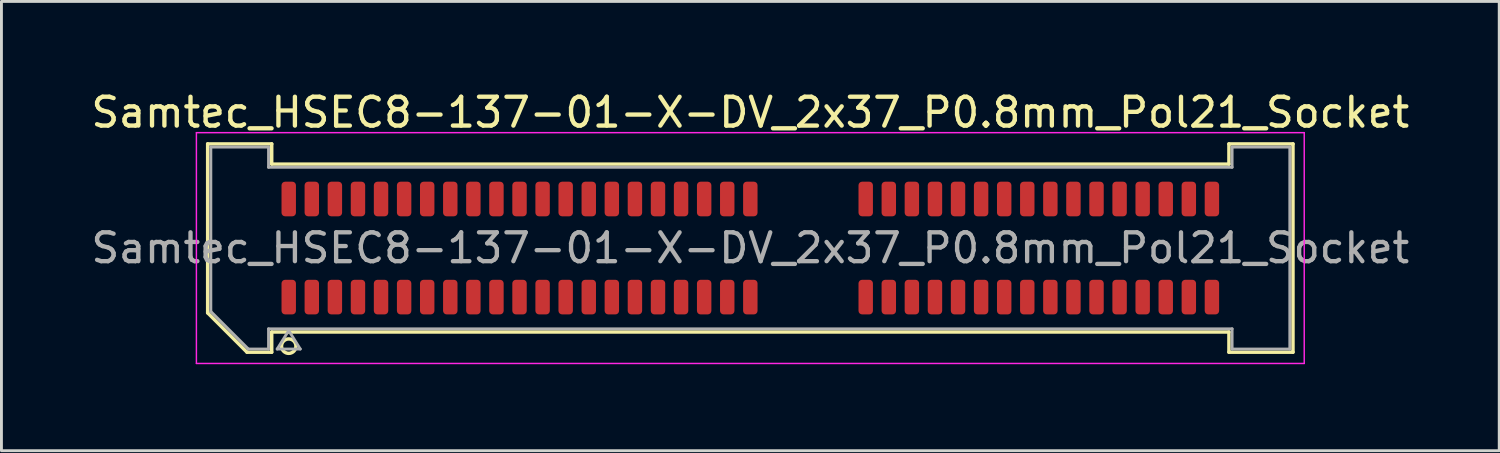
<source format=kicad_pcb>
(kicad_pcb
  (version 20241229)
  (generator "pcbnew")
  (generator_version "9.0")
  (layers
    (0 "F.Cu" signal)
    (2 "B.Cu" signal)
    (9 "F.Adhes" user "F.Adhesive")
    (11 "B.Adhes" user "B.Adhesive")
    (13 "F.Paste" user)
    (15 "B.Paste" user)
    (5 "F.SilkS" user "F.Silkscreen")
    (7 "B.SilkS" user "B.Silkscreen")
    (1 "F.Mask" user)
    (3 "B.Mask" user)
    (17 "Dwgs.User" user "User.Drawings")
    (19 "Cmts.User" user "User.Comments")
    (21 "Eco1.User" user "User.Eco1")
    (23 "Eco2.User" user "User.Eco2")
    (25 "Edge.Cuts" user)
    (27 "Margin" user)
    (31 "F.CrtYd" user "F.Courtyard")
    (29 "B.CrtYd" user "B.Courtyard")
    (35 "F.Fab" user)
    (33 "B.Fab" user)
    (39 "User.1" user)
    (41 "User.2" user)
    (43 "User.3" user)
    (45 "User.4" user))
  (footprint "Samtec_HSEC8-137-01-X-DV_2x37_P0.8mm_Pol21_Socket"
    (layer "F.Cu")
    (at 22.958 5.548)
    (property "Reference" "Samtec_HSEC8-137-01-X-DV_2x37_P0.8mm_Pol21_Socket" (at 0 -4.7 0) (layer "F.SilkS") (effects (font (size 1 1) (thickness 0.15))))
    (attr smd)
    (fp_line (start -18.81 -3.61) (end -16.59 -3.61) (stroke (width 0.12) (type solid)) (layer "F.SilkS"))
    (fp_line (start -18.81 2.246) (end -18.81 -3.61) (stroke (width 0.12) (type solid)) (layer "F.SilkS"))
    (fp_line (start -17.446 3.61) (end -18.81 2.246) (stroke (width 0.12) (type solid)) (layer "F.SilkS"))
    (fp_line (start -16.59 -3.61) (end -16.59 -2.91) (stroke (width 0.12) (type solid)) (layer "F.SilkS"))
    (fp_line (start -16.59 -2.91) (end 16.59 -2.91) (stroke (width 0.12) (type solid)) (layer "F.SilkS"))
    (fp_line (start -16.59 2.91) (end -16.59 3.61) (stroke (width 0.12) (type solid)) (layer "F.SilkS"))
    (fp_line (start -16.59 3.61) (end -17.446 3.61) (stroke (width 0.12) (type solid)) (layer "F.SilkS"))
    (fp_line (start 16.59 -3.61) (end 18.81 -3.61) (stroke (width 0.12) (type solid)) (layer "F.SilkS"))
    (fp_line (start 16.59 -2.91) (end 16.59 -3.61) (stroke (width 0.12) (type solid)) (layer "F.SilkS"))
    (fp_line (start 16.59 2.91) (end -16.59 2.91) (stroke (width 0.12) (type solid)) (layer "F.SilkS"))
    (fp_line (start 16.59 3.61) (end 16.59 2.91) (stroke (width 0.12) (type solid)) (layer "F.SilkS"))
    (fp_line (start 18.81 -3.61) (end 18.81 3.61) (stroke (width 0.12) (type solid)) (layer "F.SilkS"))
    (fp_line (start 18.81 3.61) (end 16.59 3.61) (stroke (width 0.12) (type solid)) (layer "F.SilkS"))
    (fp_arc (start -15.75 3.4) (mid -16.25 3.4) (end -15.75 3.4) (stroke (width 0.12) (type solid)) (layer "F.SilkS"))
    (fp_line (start -19.2 -4) (end -19.2 4) (stroke (width 0.05) (type solid)) (layer "F.CrtYd"))
    (fp_line (start -19.2 4) (end 19.2 4) (stroke (width 0.05) (type solid)) (layer "F.CrtYd"))
    (fp_line (start 19.2 -4) (end -19.2 -4) (stroke (width 0.05) (type solid)) (layer "F.CrtYd"))
    (fp_line (start 19.2 4) (end 19.2 -4) (stroke (width 0.05) (type solid)) (layer "F.CrtYd"))
    (fp_line (start -18.7 -3.5) (end -16.7 -3.5) (stroke (width 0.1) (type solid)) (layer "F.Fab"))
    (fp_line (start -18.7 2.2) (end -18.7 -3.5) (stroke (width 0.1) (type solid)) (layer "F.Fab"))
    (fp_line (start -17.4 3.5) (end -18.7 2.2) (stroke (width 0.1) (type solid)) (layer "F.Fab"))
    (fp_line (start -16.7 -3.5) (end -16.7 -2.8) (stroke (width 0.1) (type solid)) (layer "F.Fab"))
    (fp_line (start -16.7 -2.8) (end 16.7 -2.8) (stroke (width 0.1) (type solid)) (layer "F.Fab"))
    (fp_line (start -16.7 2.8) (end -16.7 3.5) (stroke (width 0.1) (type solid)) (layer "F.Fab"))
    (fp_line (start -16.7 3.5) (end -17.4 3.5) (stroke (width 0.1) (type solid)) (layer "F.Fab"))
    (fp_line (start -16.4 3.5) (end -16 2.86) (stroke (width 0.1) (type solid)) (layer "F.Fab"))
    (fp_line (start -16 2.86) (end -15.6 3.5) (stroke (width 0.1) (type solid)) (layer "F.Fab"))
    (fp_line (start -15.6 3.5) (end -16.4 3.5) (stroke (width 0.1) (type solid)) (layer "F.Fab"))
    (fp_line (start 16.7 -3.5) (end 18.7 -3.5) (stroke (width 0.1) (type solid)) (layer "F.Fab"))
    (fp_line (start 16.7 -2.8) (end 16.7 -3.5) (stroke (width 0.1) (type solid)) (layer "F.Fab"))
    (fp_line (start 16.7 2.8) (end -16.7 2.8) (stroke (width 0.1) (type solid)) (layer "F.Fab"))
    (fp_line (start 16.7 3.5) (end 16.7 2.8) (stroke (width 0.1) (type solid)) (layer "F.Fab"))
    (fp_line (start 18.7 -3.5) (end 18.7 3.5) (stroke (width 0.1) (type solid)) (layer "F.Fab"))
    (fp_line (start 18.7 3.5) (end 16.7 3.5) (stroke (width 0.1) (type solid)) (layer "F.Fab"))
    (fp_text user "${REFERENCE}" (at 0 0 0) (layer "F.Fab") (effects (font (size 1 1) (thickness 0.15))))
    (pad "1" smd roundrect (at -16 1.7) (size 0.5 1.2) (layers "F.Cu" "F.Mask" "F.Paste") (roundrect_rratio 0.25))
    (pad "2" smd roundrect (at -16 -1.7) (size 0.5 1.2) (layers "F.Cu" "F.Mask" "F.Paste") (roundrect_rratio 0.25))
    (pad "3" smd roundrect (at -15.2 1.7) (size 0.5 1.2) (layers "F.Cu" "F.Mask" "F.Paste") (roundrect_rratio 0.25))
    (pad "4" smd roundrect (at -15.2 -1.7) (size 0.5 1.2) (layers "F.Cu" "F.Mask" "F.Paste") (roundrect_rratio 0.25))
    (pad "5" smd roundrect (at -14.4 1.7) (size 0.5 1.2) (layers "F.Cu" "F.Mask" "F.Paste") (roundrect_rratio 0.25))
    (pad "6" smd roundrect (at -14.4 -1.7) (size 0.5 1.2) (layers "F.Cu" "F.Mask" "F.Paste") (roundrect_rratio 0.25))
    (pad "7" smd roundrect (at -13.6 1.7) (size 0.5 1.2) (layers "F.Cu" "F.Mask" "F.Paste") (roundrect_rratio 0.25))
    (pad "8" smd roundrect (at -13.6 -1.7) (size 0.5 1.2) (layers "F.Cu" "F.Mask" "F.Paste") (roundrect_rratio 0.25))
    (pad "9" smd roundrect (at -12.8 1.7) (size 0.5 1.2) (layers "F.Cu" "F.Mask" "F.Paste") (roundrect_rratio 0.25))
    (pad "10" smd roundrect (at -12.8 -1.7) (size 0.5 1.2) (layers "F.Cu" "F.Mask" "F.Paste") (roundrect_rratio 0.25))
    (pad "11" smd roundrect (at -12 1.7) (size 0.5 1.2) (layers "F.Cu" "F.Mask" "F.Paste") (roundrect_rratio 0.25))
    (pad "12" smd roundrect (at -12 -1.7) (size 0.5 1.2) (layers "F.Cu" "F.Mask" "F.Paste") (roundrect_rratio 0.25))
    (pad "13" smd roundrect (at -11.2 1.7) (size 0.5 1.2) (layers "F.Cu" "F.Mask" "F.Paste") (roundrect_rratio 0.25))
    (pad "14" smd roundrect (at -11.2 -1.7) (size 0.5 1.2) (layers "F.Cu" "F.Mask" "F.Paste") (roundrect_rratio 0.25))
    (pad "15" smd roundrect (at -10.4 1.7) (size 0.5 1.2) (layers "F.Cu" "F.Mask" "F.Paste") (roundrect_rratio 0.25))
    (pad "16" smd roundrect (at -10.4 -1.7) (size 0.5 1.2) (layers "F.Cu" "F.Mask" "F.Paste") (roundrect_rratio 0.25))
    (pad "17" smd roundrect (at -9.6 1.7) (size 0.5 1.2) (layers "F.Cu" "F.Mask" "F.Paste") (roundrect_rratio 0.25))
    (pad "18" smd roundrect (at -9.6 -1.7) (size 0.5 1.2) (layers "F.Cu" "F.Mask" "F.Paste") (roundrect_rratio 0.25))
    (pad "19" smd roundrect (at -8.8 1.7) (size 0.5 1.2) (layers "F.Cu" "F.Mask" "F.Paste") (roundrect_rratio 0.25))
    (pad "20" smd roundrect (at -8.8 -1.7) (size 0.5 1.2) (layers "F.Cu" "F.Mask" "F.Paste") (roundrect_rratio 0.25))
    (pad "21" smd roundrect (at -8 1.7) (size 0.5 1.2) (layers "F.Cu" "F.Mask" "F.Paste") (roundrect_rratio 0.25))
    (pad "22" smd roundrect (at -8 -1.7) (size 0.5 1.2) (layers "F.Cu" "F.Mask" "F.Paste") (roundrect_rratio 0.25))
    (pad "23" smd roundrect (at -7.2 1.7) (size 0.5 1.2) (layers "F.Cu" "F.Mask" "F.Paste") (roundrect_rratio 0.25))
    (pad "24" smd roundrect (at -7.2 -1.7) (size 0.5 1.2) (layers "F.Cu" "F.Mask" "F.Paste") (roundrect_rratio 0.25))
    (pad "25" smd roundrect (at -6.4 1.7) (size 0.5 1.2) (layers "F.Cu" "F.Mask" "F.Paste") (roundrect_rratio 0.25))
    (pad "26" smd roundrect (at -6.4 -1.7) (size 0.5 1.2) (layers "F.Cu" "F.Mask" "F.Paste") (roundrect_rratio 0.25))
    (pad "27" smd roundrect (at -5.6 1.7) (size 0.5 1.2) (layers "F.Cu" "F.Mask" "F.Paste") (roundrect_rratio 0.25))
    (pad "28" smd roundrect (at -5.6 -1.7) (size 0.5 1.2) (layers "F.Cu" "F.Mask" "F.Paste") (roundrect_rratio 0.25))
    (pad "29" smd roundrect (at -4.8 1.7) (size 0.5 1.2) (layers "F.Cu" "F.Mask" "F.Paste") (roundrect_rratio 0.25))
    (pad "30" smd roundrect (at -4.8 -1.7) (size 0.5 1.2) (layers "F.Cu" "F.Mask" "F.Paste") (roundrect_rratio 0.25))
    (pad "31" smd roundrect (at -4 1.7) (size 0.5 1.2) (layers "F.Cu" "F.Mask" "F.Paste") (roundrect_rratio 0.25))
    (pad "32" smd roundrect (at -4 -1.7) (size 0.5 1.2) (layers "F.Cu" "F.Mask" "F.Paste") (roundrect_rratio 0.25))
    (pad "33" smd roundrect (at -3.2 1.7) (size 0.5 1.2) (layers "F.Cu" "F.Mask" "F.Paste") (roundrect_rratio 0.25))
    (pad "34" smd roundrect (at -3.2 -1.7) (size 0.5 1.2) (layers "F.Cu" "F.Mask" "F.Paste") (roundrect_rratio 0.25))
    (pad "35" smd roundrect (at -2.4 1.7) (size 0.5 1.2) (layers "F.Cu" "F.Mask" "F.Paste") (roundrect_rratio 0.25))
    (pad "36" smd roundrect (at -2.4 -1.7) (size 0.5 1.2) (layers "F.Cu" "F.Mask" "F.Paste") (roundrect_rratio 0.25))
    (pad "37" smd roundrect (at -1.6 1.7) (size 0.5 1.2) (layers "F.Cu" "F.Mask" "F.Paste") (roundrect_rratio 0.25))
    (pad "38" smd roundrect (at -1.6 -1.7) (size 0.5 1.2) (layers "F.Cu" "F.Mask" "F.Paste") (roundrect_rratio 0.25))
    (pad "39" smd roundrect (at -0.8 1.7) (size 0.5 1.2) (layers "F.Cu" "F.Mask" "F.Paste") (roundrect_rratio 0.25))
    (pad "40" smd roundrect (at -0.8 -1.7) (size 0.5 1.2) (layers "F.Cu" "F.Mask" "F.Paste") (roundrect_rratio 0.25))
    (pad "41" smd roundrect (at 0 1.7) (size 0.5 1.2) (layers "F.Cu" "F.Mask" "F.Paste") (roundrect_rratio 0.25))
    (pad "42" smd roundrect (at 0 -1.7) (size 0.5 1.2) (layers "F.Cu" "F.Mask" "F.Paste") (roundrect_rratio 0.25))
    (pad "43" smd roundrect (at 4 1.7) (size 0.5 1.2) (layers "F.Cu" "F.Mask" "F.Paste") (roundrect_rratio 0.25))
    (pad "44" smd roundrect (at 4 -1.7) (size 0.5 1.2) (layers "F.Cu" "F.Mask" "F.Paste") (roundrect_rratio 0.25))
    (pad "45" smd roundrect (at 4.8 1.7) (size 0.5 1.2) (layers "F.Cu" "F.Mask" "F.Paste") (roundrect_rratio 0.25))
    (pad "46" smd roundrect (at 4.8 -1.7) (size 0.5 1.2) (layers "F.Cu" "F.Mask" "F.Paste") (roundrect_rratio 0.25))
    (pad "47" smd roundrect (at 5.6 1.7) (size 0.5 1.2) (layers "F.Cu" "F.Mask" "F.Paste") (roundrect_rratio 0.25))
    (pad "48" smd roundrect (at 5.6 -1.7) (size 0.5 1.2) (layers "F.Cu" "F.Mask" "F.Paste") (roundrect_rratio 0.25))
    (pad "49" smd roundrect (at 6.4 1.7) (size 0.5 1.2) (layers "F.Cu" "F.Mask" "F.Paste") (roundrect_rratio 0.25))
    (pad "50" smd roundrect (at 6.4 -1.7) (size 0.5 1.2) (layers "F.Cu" "F.Mask" "F.Paste") (roundrect_rratio 0.25))
    (pad "51" smd roundrect (at 7.2 1.7) (size 0.5 1.2) (layers "F.Cu" "F.Mask" "F.Paste") (roundrect_rratio 0.25))
    (pad "52" smd roundrect (at 7.2 -1.7) (size 0.5 1.2) (layers "F.Cu" "F.Mask" "F.Paste") (roundrect_rratio 0.25))
    (pad "53" smd roundrect (at 8 1.7) (size 0.5 1.2) (layers "F.Cu" "F.Mask" "F.Paste") (roundrect_rratio 0.25))
    (pad "54" smd roundrect (at 8 -1.7) (size 0.5 1.2) (layers "F.Cu" "F.Mask" "F.Paste") (roundrect_rratio 0.25))
    (pad "55" smd roundrect (at 8.8 1.7) (size 0.5 1.2) (layers "F.Cu" "F.Mask" "F.Paste") (roundrect_rratio 0.25))
    (pad "56" smd roundrect (at 8.8 -1.7) (size 0.5 1.2) (layers "F.Cu" "F.Mask" "F.Paste") (roundrect_rratio 0.25))
    (pad "57" smd roundrect (at 9.6 1.7) (size 0.5 1.2) (layers "F.Cu" "F.Mask" "F.Paste") (roundrect_rratio 0.25))
    (pad "58" smd roundrect (at 9.6 -1.7) (size 0.5 1.2) (layers "F.Cu" "F.Mask" "F.Paste") (roundrect_rratio 0.25))
    (pad "59" smd roundrect (at 10.4 1.7) (size 0.5 1.2) (layers "F.Cu" "F.Mask" "F.Paste") (roundrect_rratio 0.25))
    (pad "60" smd roundrect (at 10.4 -1.7) (size 0.5 1.2) (layers "F.Cu" "F.Mask" "F.Paste") (roundrect_rratio 0.25))
    (pad "61" smd roundrect (at 11.2 1.7) (size 0.5 1.2) (layers "F.Cu" "F.Mask" "F.Paste") (roundrect_rratio 0.25))
    (pad "62" smd roundrect (at 11.2 -1.7) (size 0.5 1.2) (layers "F.Cu" "F.Mask" "F.Paste") (roundrect_rratio 0.25))
    (pad "63" smd roundrect (at 12 1.7) (size 0.5 1.2) (layers "F.Cu" "F.Mask" "F.Paste") (roundrect_rratio 0.25))
    (pad "64" smd roundrect (at 12 -1.7) (size 0.5 1.2) (layers "F.Cu" "F.Mask" "F.Paste") (roundrect_rratio 0.25))
    (pad "65" smd roundrect (at 12.8 1.7) (size 0.5 1.2) (layers "F.Cu" "F.Mask" "F.Paste") (roundrect_rratio 0.25))
    (pad "66" smd roundrect (at 12.8 -1.7) (size 0.5 1.2) (layers "F.Cu" "F.Mask" "F.Paste") (roundrect_rratio 0.25))
    (pad "67" smd roundrect (at 13.6 1.7) (size 0.5 1.2) (layers "F.Cu" "F.Mask" "F.Paste") (roundrect_rratio 0.25))
    (pad "68" smd roundrect (at 13.6 -1.7) (size 0.5 1.2) (layers "F.Cu" "F.Mask" "F.Paste") (roundrect_rratio 0.25))
    (pad "69" smd roundrect (at 14.4 1.7) (size 0.5 1.2) (layers "F.Cu" "F.Mask" "F.Paste") (roundrect_rratio 0.25))
    (pad "70" smd roundrect (at 14.4 -1.7) (size 0.5 1.2) (layers "F.Cu" "F.Mask" "F.Paste") (roundrect_rratio 0.25))
    (pad "71" smd roundrect (at 15.2 1.7) (size 0.5 1.2) (layers "F.Cu" "F.Mask" "F.Paste") (roundrect_rratio 0.25))
    (pad "72" smd roundrect (at 15.2 -1.7) (size 0.5 1.2) (layers "F.Cu" "F.Mask" "F.Paste") (roundrect_rratio 0.25))
    (pad "73" smd roundrect (at 16 1.7) (size 0.5 1.2) (layers "F.Cu" "F.Mask" "F.Paste") (roundrect_rratio 0.25))
    (pad "74" smd roundrect (at 16 -1.7) (size 0.5 1.2) (layers "F.Cu" "F.Mask" "F.Paste") (roundrect_rratio 0.25)))
  (gr_rect
    (start -3 -3)
    (end 48.917 12.573)
    (stroke (width 0.1) (type default))
    (fill no)
    (layer "Edge.Cuts")))
</source>
